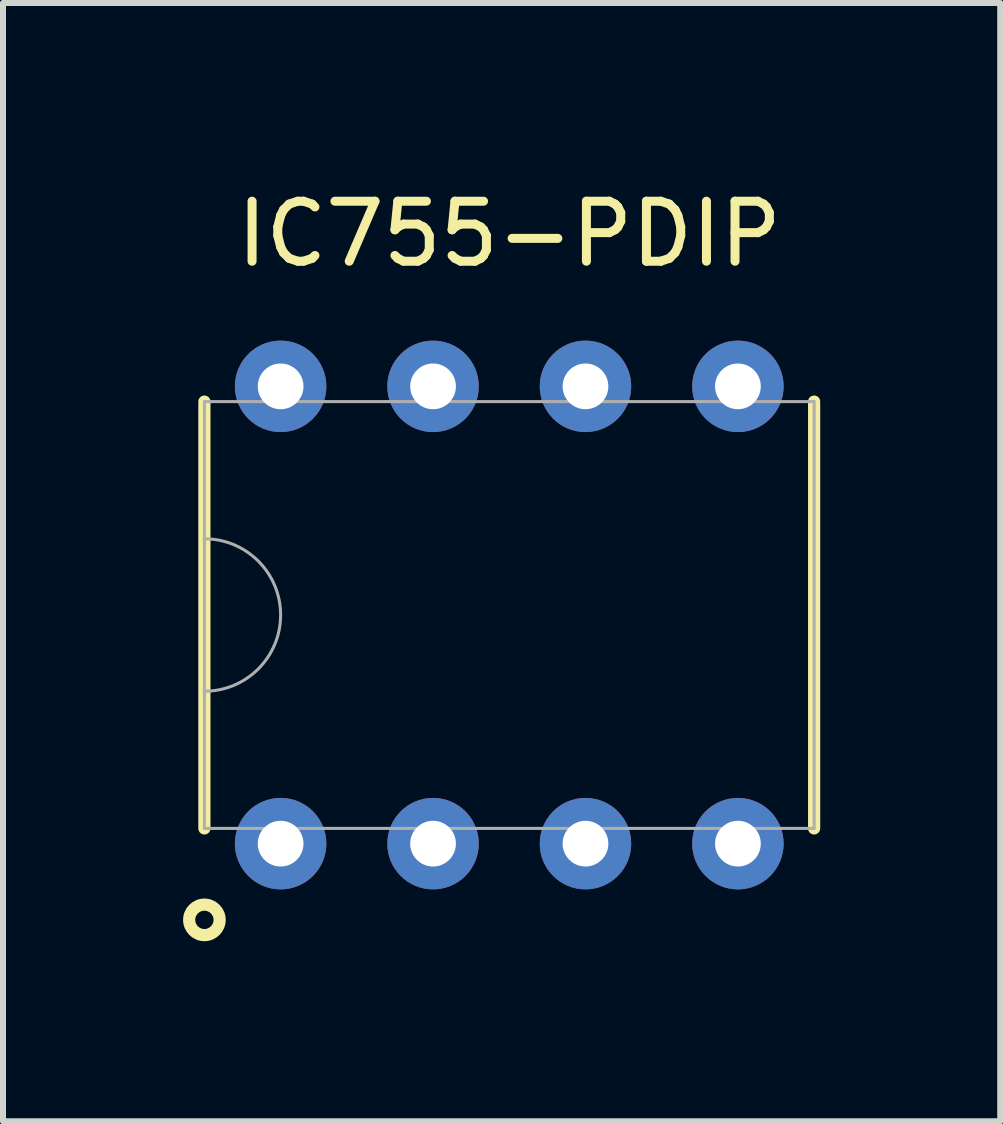
<source format=kicad_pcb>
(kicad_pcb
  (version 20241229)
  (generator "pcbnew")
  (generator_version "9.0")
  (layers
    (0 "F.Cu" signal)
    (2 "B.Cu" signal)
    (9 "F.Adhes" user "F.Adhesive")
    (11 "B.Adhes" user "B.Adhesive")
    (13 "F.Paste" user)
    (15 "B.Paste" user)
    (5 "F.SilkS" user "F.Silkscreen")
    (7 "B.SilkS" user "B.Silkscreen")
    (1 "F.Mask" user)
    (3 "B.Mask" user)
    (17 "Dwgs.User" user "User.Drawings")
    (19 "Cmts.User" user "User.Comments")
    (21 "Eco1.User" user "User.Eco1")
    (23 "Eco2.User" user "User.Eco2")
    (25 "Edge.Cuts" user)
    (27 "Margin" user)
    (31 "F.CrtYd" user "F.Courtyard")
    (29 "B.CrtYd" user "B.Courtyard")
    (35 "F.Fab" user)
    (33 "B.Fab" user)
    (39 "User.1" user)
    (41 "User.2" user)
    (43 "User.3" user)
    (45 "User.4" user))
  (footprint "IC755-PDIP"
    (layer "F.Cu")
    (at 5.436 7.198)
    (property "Reference" "IC755-PDIP" (at 0 -6.35 0) (layer "F.SilkS") (effects (font (size 1 1) (thickness 0.15))))
    (attr through_hole)
    (fp_line (start -5.08 -3.556) (end -5.08 3.556) (stroke (width 0.203) (type solid)) (layer "F.SilkS"))
    (fp_line (start 5.08 -3.556) (end 5.08 3.556) (stroke (width 0.203) (type solid)) (layer "F.SilkS"))
    (fp_circle (center -5.08 5.08) (end -4.826 5.08) (stroke (width 0.203) (type solid)) (fill no) (layer "F.SilkS"))
    (fp_line (start -5.08 3.556) (end -5.08 -3.556) (stroke (width 0.051) (type solid)) (layer "F.Fab"))
    (fp_line (start 5.08 -3.556) (end -5.08 -3.556) (stroke (width 0.051) (type solid)) (layer "F.Fab"))
    (fp_line (start 5.08 3.556) (end -5.08 3.556) (stroke (width 0.051) (type solid)) (layer "F.Fab"))
    (fp_line (start 5.08 3.556) (end 5.08 -3.556) (stroke (width 0.051) (type solid)) (layer "F.Fab"))
    (fp_arc (start -5.08 -1.27) (mid -3.81 0) (end -5.08 1.27) (stroke (width 0.0508) (type solid)) (layer "F.Fab"))
    (pad "1" thru_hole circle (at -3.81 3.81) (size 1.524 1.524) (drill 0.762) (layers "*.Cu" "*.Mask"))
    (pad "2" thru_hole circle (at -1.27 3.81) (size 1.524 1.524) (drill 0.762) (layers "*.Cu" "*.Mask"))
    (pad "3" thru_hole circle (at 1.27 3.81) (size 1.524 1.524) (drill 0.762) (layers "*.Cu" "*.Mask"))
    (pad "4" thru_hole circle (at 3.81 3.81) (size 1.524 1.524) (drill 0.762) (layers "*.Cu" "*.Mask"))
    (pad "5" thru_hole circle (at 3.81 -3.81) (size 1.524 1.524) (drill 0.762) (layers "*.Cu" "*.Mask"))
    (pad "6" thru_hole circle (at 1.27 -3.81) (size 1.524 1.524) (drill 0.762) (layers "*.Cu" "*.Mask"))
    (pad "7" thru_hole circle (at -1.27 -3.81) (size 1.524 1.524) (drill 0.762) (layers "*.Cu" "*.Mask"))
    (pad "8" thru_hole circle (at -3.81 -3.81) (size 1.524 1.524) (drill 0.762) (layers "*.Cu" "*.Mask")))
  (gr_rect
    (start -3 -3)
    (end 13.617 15.634)
    (stroke (width 0.1) (type default))
    (fill no)
    (layer "Edge.Cuts")))
</source>
